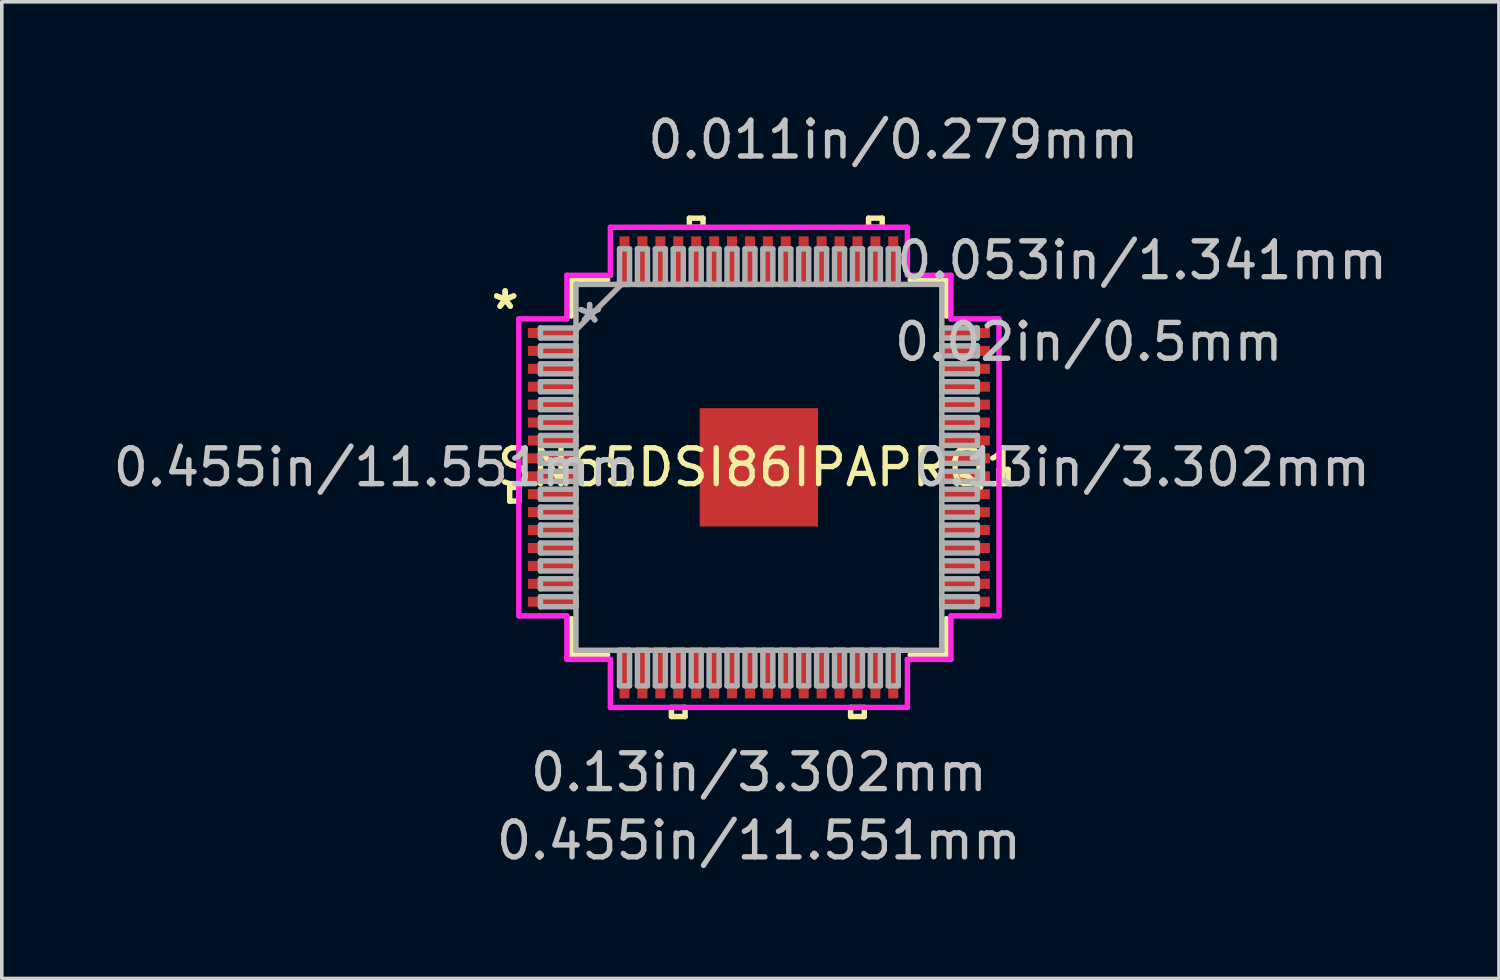
<source format=kicad_pcb>
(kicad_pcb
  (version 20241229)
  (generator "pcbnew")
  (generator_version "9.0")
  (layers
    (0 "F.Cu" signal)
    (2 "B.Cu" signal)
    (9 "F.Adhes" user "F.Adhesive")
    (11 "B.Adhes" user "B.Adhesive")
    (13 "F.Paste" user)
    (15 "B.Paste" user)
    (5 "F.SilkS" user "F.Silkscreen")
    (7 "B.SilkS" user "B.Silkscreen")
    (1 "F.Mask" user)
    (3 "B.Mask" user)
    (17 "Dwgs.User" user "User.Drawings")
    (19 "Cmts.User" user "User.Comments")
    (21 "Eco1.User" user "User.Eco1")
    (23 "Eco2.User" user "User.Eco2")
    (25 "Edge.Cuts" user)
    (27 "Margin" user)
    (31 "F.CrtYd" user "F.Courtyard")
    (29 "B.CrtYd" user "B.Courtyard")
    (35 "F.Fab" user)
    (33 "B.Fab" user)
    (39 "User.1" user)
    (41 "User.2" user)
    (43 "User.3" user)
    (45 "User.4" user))
  (footprint "SN65DSI86IPAPRQ1"
    (layer "F.Cu")
    (at 18.128 9.992)
    (property "Reference" "SN65DSI86IPAPRQ1" (at 0 0 0) (layer "F.SilkS") (effects (font (size 1 1) (thickness 0.15))))
    (attr through_hole)
    (fp_line (start -6.954 0.56) (end -6.954 0.941) (stroke (width 0.152) (type solid)) (layer "F.SilkS"))
    (fp_line (start -6.954 0.941) (end -6.7 0.941) (stroke (width 0.152) (type solid)) (layer "F.SilkS"))
    (fp_line (start -6.7 0.56) (end -6.954 0.56) (stroke (width 0.152) (type solid)) (layer "F.SilkS"))
    (fp_line (start -6.7 0.941) (end -6.7 0.56) (stroke (width 0.152) (type solid)) (layer "F.SilkS"))
    (fp_line (start -5.232 -5.232) (end -5.232 -4.222) (stroke (width 0.152) (type solid)) (layer "F.SilkS"))
    (fp_line (start -5.232 4.222) (end -5.232 5.232) (stroke (width 0.152) (type solid)) (layer "F.SilkS"))
    (fp_line (start -5.232 5.232) (end -4.222 5.232) (stroke (width 0.152) (type solid)) (layer "F.SilkS"))
    (fp_line (start -4.222 -5.232) (end -5.232 -5.232) (stroke (width 0.152) (type solid)) (layer "F.SilkS"))
    (fp_line (start -2.441 6.7) (end -2.441 6.954) (stroke (width 0.152) (type solid)) (layer "F.SilkS"))
    (fp_line (start -2.441 6.954) (end -2.06 6.954) (stroke (width 0.152) (type solid)) (layer "F.SilkS"))
    (fp_line (start -2.06 6.7) (end -2.441 6.7) (stroke (width 0.152) (type solid)) (layer "F.SilkS"))
    (fp_line (start -2.06 6.954) (end -2.06 6.7) (stroke (width 0.152) (type solid)) (layer "F.SilkS"))
    (fp_line (start -1.94 -6.954) (end -1.559 -6.954) (stroke (width 0.152) (type solid)) (layer "F.SilkS"))
    (fp_line (start -1.94 -6.7) (end -1.94 -6.954) (stroke (width 0.152) (type solid)) (layer "F.SilkS"))
    (fp_line (start -1.559 -6.954) (end -1.559 -6.7) (stroke (width 0.152) (type solid)) (layer "F.SilkS"))
    (fp_line (start -1.559 -6.7) (end -1.94 -6.7) (stroke (width 0.152) (type solid)) (layer "F.SilkS"))
    (fp_line (start 2.559 6.7) (end 2.559 6.954) (stroke (width 0.152) (type solid)) (layer "F.SilkS"))
    (fp_line (start 2.559 6.954) (end 2.941 6.954) (stroke (width 0.152) (type solid)) (layer "F.SilkS"))
    (fp_line (start 2.941 6.7) (end 2.559 6.7) (stroke (width 0.152) (type solid)) (layer "F.SilkS"))
    (fp_line (start 2.941 6.954) (end 2.941 6.7) (stroke (width 0.152) (type solid)) (layer "F.SilkS"))
    (fp_line (start 3.06 -6.954) (end 3.441 -6.954) (stroke (width 0.152) (type solid)) (layer "F.SilkS"))
    (fp_line (start 3.06 -6.7) (end 3.06 -6.954) (stroke (width 0.152) (type solid)) (layer "F.SilkS"))
    (fp_line (start 3.441 -6.954) (end 3.441 -6.7) (stroke (width 0.152) (type solid)) (layer "F.SilkS"))
    (fp_line (start 3.441 -6.7) (end 3.06 -6.7) (stroke (width 0.152) (type solid)) (layer "F.SilkS"))
    (fp_line (start 4.222 5.232) (end 5.232 5.232) (stroke (width 0.152) (type solid)) (layer "F.SilkS"))
    (fp_line (start 5.232 -5.232) (end 4.222 -5.232) (stroke (width 0.152) (type solid)) (layer "F.SilkS"))
    (fp_line (start 5.232 -4.222) (end 5.232 -5.232) (stroke (width 0.152) (type solid)) (layer "F.SilkS"))
    (fp_line (start 5.232 5.232) (end 5.232 4.222) (stroke (width 0.152) (type solid)) (layer "F.SilkS"))
    (fp_line (start 6.7 0.059) (end 6.954 0.059) (stroke (width 0.152) (type solid)) (layer "F.SilkS"))
    (fp_line (start 6.7 0.441) (end 6.7 0.059) (stroke (width 0.152) (type solid)) (layer "F.SilkS"))
    (fp_line (start 6.954 0.059) (end 6.954 0.441) (stroke (width 0.152) (type solid)) (layer "F.SilkS"))
    (fp_line (start 6.954 0.441) (end 6.7 0.441) (stroke (width 0.152) (type solid)) (layer "F.SilkS"))
    (fp_line (start -1.551 -1.551) (end -1.551 -0.1) (stroke (width 0.152) (type solid)) (layer "F.Paste"))
    (fp_line (start -1.551 -0.1) (end -0.1 -0.1) (stroke (width 0.152) (type solid)) (layer "F.Paste"))
    (fp_line (start -1.551 0.1) (end -1.551 1.551) (stroke (width 0.152) (type solid)) (layer "F.Paste"))
    (fp_line (start -1.551 1.551) (end -0.1 1.551) (stroke (width 0.152) (type solid)) (layer "F.Paste"))
    (fp_line (start -0.1 -1.551) (end -1.551 -1.551) (stroke (width 0.152) (type solid)) (layer "F.Paste"))
    (fp_line (start -0.1 -0.1) (end -0.1 -1.551) (stroke (width 0.152) (type solid)) (layer "F.Paste"))
    (fp_line (start -0.1 0.1) (end -1.551 0.1) (stroke (width 0.152) (type solid)) (layer "F.Paste"))
    (fp_line (start -0.1 1.551) (end -0.1 0.1) (stroke (width 0.152) (type solid)) (layer "F.Paste"))
    (fp_line (start 0.1 -1.551) (end 0.1 -0.1) (stroke (width 0.152) (type solid)) (layer "F.Paste"))
    (fp_line (start 0.1 -0.1) (end 1.551 -0.1) (stroke (width 0.152) (type solid)) (layer "F.Paste"))
    (fp_line (start 0.1 0.1) (end 0.1 1.551) (stroke (width 0.152) (type solid)) (layer "F.Paste"))
    (fp_line (start 0.1 1.551) (end 1.551 1.551) (stroke (width 0.152) (type solid)) (layer "F.Paste"))
    (fp_line (start 1.551 -1.551) (end 0.1 -1.551) (stroke (width 0.152) (type solid)) (layer "F.Paste"))
    (fp_line (start 1.551 -0.1) (end 1.551 -1.551) (stroke (width 0.152) (type solid)) (layer "F.Paste"))
    (fp_line (start 1.551 0.1) (end 0.1 0.1) (stroke (width 0.152) (type solid)) (layer "F.Paste"))
    (fp_line (start 1.551 1.551) (end 1.551 0.1) (stroke (width 0.152) (type solid)) (layer "F.Paste"))
    (fp_line (start -6.7 -4.144) (end -5.359 -4.144) (stroke (width 0.152) (type solid)) (layer "F.CrtYd"))
    (fp_line (start -6.7 4.144) (end -6.7 -4.144) (stroke (width 0.152) (type solid)) (layer "F.CrtYd"))
    (fp_line (start -5.359 -5.359) (end -4.144 -5.359) (stroke (width 0.152) (type solid)) (layer "F.CrtYd"))
    (fp_line (start -5.359 -4.144) (end -5.359 -5.359) (stroke (width 0.152) (type solid)) (layer "F.CrtYd"))
    (fp_line (start -5.359 4.144) (end -6.7 4.144) (stroke (width 0.152) (type solid)) (layer "F.CrtYd"))
    (fp_line (start -5.359 5.359) (end -5.359 4.144) (stroke (width 0.152) (type solid)) (layer "F.CrtYd"))
    (fp_line (start -4.144 -6.7) (end 4.144 -6.7) (stroke (width 0.152) (type solid)) (layer "F.CrtYd"))
    (fp_line (start -4.144 -5.359) (end -4.144 -6.7) (stroke (width 0.152) (type solid)) (layer "F.CrtYd"))
    (fp_line (start -4.144 5.359) (end -5.359 5.359) (stroke (width 0.152) (type solid)) (layer "F.CrtYd"))
    (fp_line (start -4.144 6.7) (end -4.144 5.359) (stroke (width 0.152) (type solid)) (layer "F.CrtYd"))
    (fp_line (start 4.144 -6.7) (end 4.144 -5.359) (stroke (width 0.152) (type solid)) (layer "F.CrtYd"))
    (fp_line (start 4.144 -5.359) (end 5.359 -5.359) (stroke (width 0.152) (type solid)) (layer "F.CrtYd"))
    (fp_line (start 4.144 5.359) (end 4.144 6.7) (stroke (width 0.152) (type solid)) (layer "F.CrtYd"))
    (fp_line (start 4.144 6.7) (end -4.144 6.7) (stroke (width 0.152) (type solid)) (layer "F.CrtYd"))
    (fp_line (start 5.359 -5.359) (end 5.359 -4.144) (stroke (width 0.152) (type solid)) (layer "F.CrtYd"))
    (fp_line (start 5.359 -4.144) (end 6.7 -4.144) (stroke (width 0.152) (type solid)) (layer "F.CrtYd"))
    (fp_line (start 5.359 4.144) (end 5.359 5.359) (stroke (width 0.152) (type solid)) (layer "F.CrtYd"))
    (fp_line (start 5.359 5.359) (end 4.144 5.359) (stroke (width 0.152) (type solid)) (layer "F.CrtYd"))
    (fp_line (start 6.7 -4.144) (end 6.7 4.144) (stroke (width 0.152) (type solid)) (layer "F.CrtYd"))
    (fp_line (start 6.7 4.144) (end 5.359 4.144) (stroke (width 0.152) (type solid)) (layer "F.CrtYd"))
    (fp_line (start -6.096 -3.89) (end -6.096 -3.61) (stroke (width 0.152) (type solid)) (layer "F.Fab"))
    (fp_line (start -6.096 -3.61) (end -5.105 -3.61) (stroke (width 0.152) (type solid)) (layer "F.Fab"))
    (fp_line (start -6.096 -3.39) (end -6.096 -3.11) (stroke (width 0.152) (type solid)) (layer "F.Fab"))
    (fp_line (start -6.096 -3.11) (end -5.105 -3.11) (stroke (width 0.152) (type solid)) (layer "F.Fab"))
    (fp_line (start -6.096 -2.89) (end -6.096 -2.61) (stroke (width 0.152) (type solid)) (layer "F.Fab"))
    (fp_line (start -6.096 -2.61) (end -5.105 -2.61) (stroke (width 0.152) (type solid)) (layer "F.Fab"))
    (fp_line (start -6.096 -2.39) (end -6.096 -2.11) (stroke (width 0.152) (type solid)) (layer "F.Fab"))
    (fp_line (start -6.096 -2.11) (end -5.105 -2.11) (stroke (width 0.152) (type solid)) (layer "F.Fab"))
    (fp_line (start -6.096 -1.89) (end -6.096 -1.61) (stroke (width 0.152) (type solid)) (layer "F.Fab"))
    (fp_line (start -6.096 -1.61) (end -5.105 -1.61) (stroke (width 0.152) (type solid)) (layer "F.Fab"))
    (fp_line (start -6.096 -1.39) (end -6.096 -1.11) (stroke (width 0.152) (type solid)) (layer "F.Fab"))
    (fp_line (start -6.096 -1.11) (end -5.105 -1.11) (stroke (width 0.152) (type solid)) (layer "F.Fab"))
    (fp_line (start -6.096 -0.89) (end -6.096 -0.61) (stroke (width 0.152) (type solid)) (layer "F.Fab"))
    (fp_line (start -6.096 -0.61) (end -5.105 -0.61) (stroke (width 0.152) (type solid)) (layer "F.Fab"))
    (fp_line (start -6.096 -0.39) (end -6.096 -0.11) (stroke (width 0.152) (type solid)) (layer "F.Fab"))
    (fp_line (start -6.096 -0.11) (end -5.105 -0.11) (stroke (width 0.152) (type solid)) (layer "F.Fab"))
    (fp_line (start -6.096 0.11) (end -6.096 0.39) (stroke (width 0.152) (type solid)) (layer "F.Fab"))
    (fp_line (start -6.096 0.39) (end -5.105 0.39) (stroke (width 0.152) (type solid)) (layer "F.Fab"))
    (fp_line (start -6.096 0.61) (end -6.096 0.89) (stroke (width 0.152) (type solid)) (layer "F.Fab"))
    (fp_line (start -6.096 0.89) (end -5.105 0.89) (stroke (width 0.152) (type solid)) (layer "F.Fab"))
    (fp_line (start -6.096 1.11) (end -6.096 1.39) (stroke (width 0.152) (type solid)) (layer "F.Fab"))
    (fp_line (start -6.096 1.39) (end -5.105 1.39) (stroke (width 0.152) (type solid)) (layer "F.Fab"))
    (fp_line (start -6.096 1.61) (end -6.096 1.89) (stroke (width 0.152) (type solid)) (layer "F.Fab"))
    (fp_line (start -6.096 1.89) (end -5.105 1.89) (stroke (width 0.152) (type solid)) (layer "F.Fab"))
    (fp_line (start -6.096 2.11) (end -6.096 2.39) (stroke (width 0.152) (type solid)) (layer "F.Fab"))
    (fp_line (start -6.096 2.39) (end -5.105 2.39) (stroke (width 0.152) (type solid)) (layer "F.Fab"))
    (fp_line (start -6.096 2.61) (end -6.096 2.89) (stroke (width 0.152) (type solid)) (layer "F.Fab"))
    (fp_line (start -6.096 2.89) (end -5.105 2.89) (stroke (width 0.152) (type solid)) (layer "F.Fab"))
    (fp_line (start -6.096 3.11) (end -6.096 3.39) (stroke (width 0.152) (type solid)) (layer "F.Fab"))
    (fp_line (start -6.096 3.39) (end -5.105 3.39) (stroke (width 0.152) (type solid)) (layer "F.Fab"))
    (fp_line (start -6.096 3.61) (end -6.096 3.89) (stroke (width 0.152) (type solid)) (layer "F.Fab"))
    (fp_line (start -6.096 3.89) (end -5.105 3.89) (stroke (width 0.152) (type solid)) (layer "F.Fab"))
    (fp_line (start -5.105 -5.105) (end -5.105 -5.105) (stroke (width 0.152) (type solid)) (layer "F.Fab"))
    (fp_line (start -5.105 -5.105) (end -5.105 5.105) (stroke (width 0.152) (type solid)) (layer "F.Fab"))
    (fp_line (start -5.105 -3.89) (end -6.096 -3.89) (stroke (width 0.152) (type solid)) (layer "F.Fab"))
    (fp_line (start -5.105 -3.835) (end -3.835 -5.105) (stroke (width 0.152) (type solid)) (layer "F.Fab"))
    (fp_line (start -5.105 -3.61) (end -5.105 -3.89) (stroke (width 0.152) (type solid)) (layer "F.Fab"))
    (fp_line (start -5.105 -3.39) (end -6.096 -3.39) (stroke (width 0.152) (type solid)) (layer "F.Fab"))
    (fp_line (start -5.105 -3.11) (end -5.105 -3.39) (stroke (width 0.152) (type solid)) (layer "F.Fab"))
    (fp_line (start -5.105 -2.89) (end -6.096 -2.89) (stroke (width 0.152) (type solid)) (layer "F.Fab"))
    (fp_line (start -5.105 -2.61) (end -5.105 -2.89) (stroke (width 0.152) (type solid)) (layer "F.Fab"))
    (fp_line (start -5.105 -2.39) (end -6.096 -2.39) (stroke (width 0.152) (type solid)) (layer "F.Fab"))
    (fp_line (start -5.105 -2.11) (end -5.105 -2.39) (stroke (width 0.152) (type solid)) (layer "F.Fab"))
    (fp_line (start -5.105 -1.89) (end -6.096 -1.89) (stroke (width 0.152) (type solid)) (layer "F.Fab"))
    (fp_line (start -5.105 -1.61) (end -5.105 -1.89) (stroke (width 0.152) (type solid)) (layer "F.Fab"))
    (fp_line (start -5.105 -1.39) (end -6.096 -1.39) (stroke (width 0.152) (type solid)) (layer "F.Fab"))
    (fp_line (start -5.105 -1.11) (end -5.105 -1.39) (stroke (width 0.152) (type solid)) (layer "F.Fab"))
    (fp_line (start -5.105 -0.89) (end -6.096 -0.89) (stroke (width 0.152) (type solid)) (layer "F.Fab"))
    (fp_line (start -5.105 -0.61) (end -5.105 -0.89) (stroke (width 0.152) (type solid)) (layer "F.Fab"))
    (fp_line (start -5.105 -0.39) (end -6.096 -0.39) (stroke (width 0.152) (type solid)) (layer "F.Fab"))
    (fp_line (start -5.105 -0.11) (end -5.105 -0.39) (stroke (width 0.152) (type solid)) (layer "F.Fab"))
    (fp_line (start -5.105 0.11) (end -6.096 0.11) (stroke (width 0.152) (type solid)) (layer "F.Fab"))
    (fp_line (start -5.105 0.39) (end -5.105 0.11) (stroke (width 0.152) (type solid)) (layer "F.Fab"))
    (fp_line (start -5.105 0.61) (end -6.096 0.61) (stroke (width 0.152) (type solid)) (layer "F.Fab"))
    (fp_line (start -5.105 0.89) (end -5.105 0.61) (stroke (width 0.152) (type solid)) (layer "F.Fab"))
    (fp_line (start -5.105 1.11) (end -6.096 1.11) (stroke (width 0.152) (type solid)) (layer "F.Fab"))
    (fp_line (start -5.105 1.39) (end -5.105 1.11) (stroke (width 0.152) (type solid)) (layer "F.Fab"))
    (fp_line (start -5.105 1.61) (end -6.096 1.61) (stroke (width 0.152) (type solid)) (layer "F.Fab"))
    (fp_line (start -5.105 1.89) (end -5.105 1.61) (stroke (width 0.152) (type solid)) (layer "F.Fab"))
    (fp_line (start -5.105 2.11) (end -6.096 2.11) (stroke (width 0.152) (type solid)) (layer "F.Fab"))
    (fp_line (start -5.105 2.39) (end -5.105 2.11) (stroke (width 0.152) (type solid)) (layer "F.Fab"))
    (fp_line (start -5.105 2.61) (end -6.096 2.61) (stroke (width 0.152) (type solid)) (layer "F.Fab"))
    (fp_line (start -5.105 2.89) (end -5.105 2.61) (stroke (width 0.152) (type solid)) (layer "F.Fab"))
    (fp_line (start -5.105 3.11) (end -6.096 3.11) (stroke (width 0.152) (type solid)) (layer "F.Fab"))
    (fp_line (start -5.105 3.39) (end -5.105 3.11) (stroke (width 0.152) (type solid)) (layer "F.Fab"))
    (fp_line (start -5.105 3.61) (end -6.096 3.61) (stroke (width 0.152) (type solid)) (layer "F.Fab"))
    (fp_line (start -5.105 3.89) (end -5.105 3.61) (stroke (width 0.152) (type solid)) (layer "F.Fab"))
    (fp_line (start -5.105 5.105) (end -5.105 5.105) (stroke (width 0.152) (type solid)) (layer "F.Fab"))
    (fp_line (start -5.105 5.105) (end 5.105 5.105) (stroke (width 0.152) (type solid)) (layer "F.Fab"))
    (fp_line (start -3.89 -6.096) (end -3.89 -5.105) (stroke (width 0.152) (type solid)) (layer "F.Fab"))
    (fp_line (start -3.89 -5.105) (end -3.61 -5.105) (stroke (width 0.152) (type solid)) (layer "F.Fab"))
    (fp_line (start -3.89 5.105) (end -3.89 6.096) (stroke (width 0.152) (type solid)) (layer "F.Fab"))
    (fp_line (start -3.89 6.096) (end -3.61 6.096) (stroke (width 0.152) (type solid)) (layer "F.Fab"))
    (fp_line (start -3.61 -6.096) (end -3.89 -6.096) (stroke (width 0.152) (type solid)) (layer "F.Fab"))
    (fp_line (start -3.61 -5.105) (end -3.61 -6.096) (stroke (width 0.152) (type solid)) (layer "F.Fab"))
    (fp_line (start -3.61 5.105) (end -3.89 5.105) (stroke (width 0.152) (type solid)) (layer "F.Fab"))
    (fp_line (start -3.61 6.096) (end -3.61 5.105) (stroke (width 0.152) (type solid)) (layer "F.Fab"))
    (fp_line (start -3.39 -6.096) (end -3.39 -5.105) (stroke (width 0.152) (type solid)) (layer "F.Fab"))
    (fp_line (start -3.39 -5.105) (end -3.11 -5.105) (stroke (width 0.152) (type solid)) (layer "F.Fab"))
    (fp_line (start -3.39 5.105) (end -3.39 6.096) (stroke (width 0.152) (type solid)) (layer "F.Fab"))
    (fp_line (start -3.39 6.096) (end -3.11 6.096) (stroke (width 0.152) (type solid)) (layer "F.Fab"))
    (fp_line (start -3.11 -6.096) (end -3.39 -6.096) (stroke (width 0.152) (type solid)) (layer "F.Fab"))
    (fp_line (start -3.11 -5.105) (end -3.11 -6.096) (stroke (width 0.152) (type solid)) (layer "F.Fab"))
    (fp_line (start -3.11 5.105) (end -3.39 5.105) (stroke (width 0.152) (type solid)) (layer "F.Fab"))
    (fp_line (start -3.11 6.096) (end -3.11 5.105) (stroke (width 0.152) (type solid)) (layer "F.Fab"))
    (fp_line (start -2.89 -6.096) (end -2.89 -5.105) (stroke (width 0.152) (type solid)) (layer "F.Fab"))
    (fp_line (start -2.89 -5.105) (end -2.61 -5.105) (stroke (width 0.152) (type solid)) (layer "F.Fab"))
    (fp_line (start -2.89 5.105) (end -2.89 6.096) (stroke (width 0.152) (type solid)) (layer "F.Fab"))
    (fp_line (start -2.89 6.096) (end -2.61 6.096) (stroke (width 0.152) (type solid)) (layer "F.Fab"))
    (fp_line (start -2.61 -6.096) (end -2.89 -6.096) (stroke (width 0.152) (type solid)) (layer "F.Fab"))
    (fp_line (start -2.61 -5.105) (end -2.61 -6.096) (stroke (width 0.152) (type solid)) (layer "F.Fab"))
    (fp_line (start -2.61 5.105) (end -2.89 5.105) (stroke (width 0.152) (type solid)) (layer "F.Fab"))
    (fp_line (start -2.61 6.096) (end -2.61 5.105) (stroke (width 0.152) (type solid)) (layer "F.Fab"))
    (fp_line (start -2.39 -6.096) (end -2.39 -5.105) (stroke (width 0.152) (type solid)) (layer "F.Fab"))
    (fp_line (start -2.39 -5.105) (end -2.11 -5.105) (stroke (width 0.152) (type solid)) (layer "F.Fab"))
    (fp_line (start -2.39 5.105) (end -2.39 6.096) (stroke (width 0.152) (type solid)) (layer "F.Fab"))
    (fp_line (start -2.39 6.096) (end -2.11 6.096) (stroke (width 0.152) (type solid)) (layer "F.Fab"))
    (fp_line (start -2.11 -6.096) (end -2.39 -6.096) (stroke (width 0.152) (type solid)) (layer "F.Fab"))
    (fp_line (start -2.11 -5.105) (end -2.11 -6.096) (stroke (width 0.152) (type solid)) (layer "F.Fab"))
    (fp_line (start -2.11 5.105) (end -2.39 5.105) (stroke (width 0.152) (type solid)) (layer "F.Fab"))
    (fp_line (start -2.11 6.096) (end -2.11 5.105) (stroke (width 0.152) (type solid)) (layer "F.Fab"))
    (fp_line (start -1.89 -6.096) (end -1.89 -5.105) (stroke (width 0.152) (type solid)) (layer "F.Fab"))
    (fp_line (start -1.89 -5.105) (end -1.61 -5.105) (stroke (width 0.152) (type solid)) (layer "F.Fab"))
    (fp_line (start -1.89 5.105) (end -1.89 6.096) (stroke (width 0.152) (type solid)) (layer "F.Fab"))
    (fp_line (start -1.89 6.096) (end -1.61 6.096) (stroke (width 0.152) (type solid)) (layer "F.Fab"))
    (fp_line (start -1.61 -6.096) (end -1.89 -6.096) (stroke (width 0.152) (type solid)) (layer "F.Fab"))
    (fp_line (start -1.61 -5.105) (end -1.61 -6.096) (stroke (width 0.152) (type solid)) (layer "F.Fab"))
    (fp_line (start -1.61 5.105) (end -1.89 5.105) (stroke (width 0.152) (type solid)) (layer "F.Fab"))
    (fp_line (start -1.61 6.096) (end -1.61 5.105) (stroke (width 0.152) (type solid)) (layer "F.Fab"))
    (fp_line (start -1.39 -6.096) (end -1.39 -5.105) (stroke (width 0.152) (type solid)) (layer "F.Fab"))
    (fp_line (start -1.39 -5.105) (end -1.11 -5.105) (stroke (width 0.152) (type solid)) (layer "F.Fab"))
    (fp_line (start -1.39 5.105) (end -1.39 6.096) (stroke (width 0.152) (type solid)) (layer "F.Fab"))
    (fp_line (start -1.39 6.096) (end -1.11 6.096) (stroke (width 0.152) (type solid)) (layer "F.Fab"))
    (fp_line (start -1.11 -6.096) (end -1.39 -6.096) (stroke (width 0.152) (type solid)) (layer "F.Fab"))
    (fp_line (start -1.11 -5.105) (end -1.11 -6.096) (stroke (width 0.152) (type solid)) (layer "F.Fab"))
    (fp_line (start -1.11 5.105) (end -1.39 5.105) (stroke (width 0.152) (type solid)) (layer "F.Fab"))
    (fp_line (start -1.11 6.096) (end -1.11 5.105) (stroke (width 0.152) (type solid)) (layer "F.Fab"))
    (fp_line (start -0.89 -6.096) (end -0.89 -5.105) (stroke (width 0.152) (type solid)) (layer "F.Fab"))
    (fp_line (start -0.89 -5.105) (end -0.61 -5.105) (stroke (width 0.152) (type solid)) (layer "F.Fab"))
    (fp_line (start -0.89 5.105) (end -0.89 6.096) (stroke (width 0.152) (type solid)) (layer "F.Fab"))
    (fp_line (start -0.89 6.096) (end -0.61 6.096) (stroke (width 0.152) (type solid)) (layer "F.Fab"))
    (fp_line (start -0.61 -6.096) (end -0.89 -6.096) (stroke (width 0.152) (type solid)) (layer "F.Fab"))
    (fp_line (start -0.61 -5.105) (end -0.61 -6.096) (stroke (width 0.152) (type solid)) (layer "F.Fab"))
    (fp_line (start -0.61 5.105) (end -0.89 5.105) (stroke (width 0.152) (type solid)) (layer "F.Fab"))
    (fp_line (start -0.61 6.096) (end -0.61 5.105) (stroke (width 0.152) (type solid)) (layer "F.Fab"))
    (fp_line (start -0.39 -6.096) (end -0.39 -5.105) (stroke (width 0.152) (type solid)) (layer "F.Fab"))
    (fp_line (start -0.39 -5.105) (end -0.11 -5.105) (stroke (width 0.152) (type solid)) (layer "F.Fab"))
    (fp_line (start -0.39 5.105) (end -0.39 6.096) (stroke (width 0.152) (type solid)) (layer "F.Fab"))
    (fp_line (start -0.39 6.096) (end -0.11 6.096) (stroke (width 0.152) (type solid)) (layer "F.Fab"))
    (fp_line (start -0.11 -6.096) (end -0.39 -6.096) (stroke (width 0.152) (type solid)) (layer "F.Fab"))
    (fp_line (start -0.11 -5.105) (end -0.11 -6.096) (stroke (width 0.152) (type solid)) (layer "F.Fab"))
    (fp_line (start -0.11 5.105) (end -0.39 5.105) (stroke (width 0.152) (type solid)) (layer "F.Fab"))
    (fp_line (start -0.11 6.096) (end -0.11 5.105) (stroke (width 0.152) (type solid)) (layer "F.Fab"))
    (fp_line (start 0.11 -6.096) (end 0.11 -5.105) (stroke (width 0.152) (type solid)) (layer "F.Fab"))
    (fp_line (start 0.11 -5.105) (end 0.39 -5.105) (stroke (width 0.152) (type solid)) (layer "F.Fab"))
    (fp_line (start 0.11 5.105) (end 0.11 6.096) (stroke (width 0.152) (type solid)) (layer "F.Fab"))
    (fp_line (start 0.11 6.096) (end 0.39 6.096) (stroke (width 0.152) (type solid)) (layer "F.Fab"))
    (fp_line (start 0.39 -6.096) (end 0.11 -6.096) (stroke (width 0.152) (type solid)) (layer "F.Fab"))
    (fp_line (start 0.39 -5.105) (end 0.39 -6.096) (stroke (width 0.152) (type solid)) (layer "F.Fab"))
    (fp_line (start 0.39 5.105) (end 0.11 5.105) (stroke (width 0.152) (type solid)) (layer "F.Fab"))
    (fp_line (start 0.39 6.096) (end 0.39 5.105) (stroke (width 0.152) (type solid)) (layer "F.Fab"))
    (fp_line (start 0.61 -6.096) (end 0.61 -5.105) (stroke (width 0.152) (type solid)) (layer "F.Fab"))
    (fp_line (start 0.61 -5.105) (end 0.89 -5.105) (stroke (width 0.152) (type solid)) (layer "F.Fab"))
    (fp_line (start 0.61 5.105) (end 0.61 6.096) (stroke (width 0.152) (type solid)) (layer "F.Fab"))
    (fp_line (start 0.61 6.096) (end 0.89 6.096) (stroke (width 0.152) (type solid)) (layer "F.Fab"))
    (fp_line (start 0.89 -6.096) (end 0.61 -6.096) (stroke (width 0.152) (type solid)) (layer "F.Fab"))
    (fp_line (start 0.89 -5.105) (end 0.89 -6.096) (stroke (width 0.152) (type solid)) (layer "F.Fab"))
    (fp_line (start 0.89 5.105) (end 0.61 5.105) (stroke (width 0.152) (type solid)) (layer "F.Fab"))
    (fp_line (start 0.89 6.096) (end 0.89 5.105) (stroke (width 0.152) (type solid)) (layer "F.Fab"))
    (fp_line (start 1.11 -6.096) (end 1.11 -5.105) (stroke (width 0.152) (type solid)) (layer "F.Fab"))
    (fp_line (start 1.11 -5.105) (end 1.39 -5.105) (stroke (width 0.152) (type solid)) (layer "F.Fab"))
    (fp_line (start 1.11 5.105) (end 1.11 6.096) (stroke (width 0.152) (type solid)) (layer "F.Fab"))
    (fp_line (start 1.11 6.096) (end 1.39 6.096) (stroke (width 0.152) (type solid)) (layer "F.Fab"))
    (fp_line (start 1.39 -6.096) (end 1.11 -6.096) (stroke (width 0.152) (type solid)) (layer "F.Fab"))
    (fp_line (start 1.39 -5.105) (end 1.39 -6.096) (stroke (width 0.152) (type solid)) (layer "F.Fab"))
    (fp_line (start 1.39 5.105) (end 1.11 5.105) (stroke (width 0.152) (type solid)) (layer "F.Fab"))
    (fp_line (start 1.39 6.096) (end 1.39 5.105) (stroke (width 0.152) (type solid)) (layer "F.Fab"))
    (fp_line (start 1.61 -6.096) (end 1.61 -5.105) (stroke (width 0.152) (type solid)) (layer "F.Fab"))
    (fp_line (start 1.61 -5.105) (end 1.89 -5.105) (stroke (width 0.152) (type solid)) (layer "F.Fab"))
    (fp_line (start 1.61 5.105) (end 1.61 6.096) (stroke (width 0.152) (type solid)) (layer "F.Fab"))
    (fp_line (start 1.61 6.096) (end 1.89 6.096) (stroke (width 0.152) (type solid)) (layer "F.Fab"))
    (fp_line (start 1.89 -6.096) (end 1.61 -6.096) (stroke (width 0.152) (type solid)) (layer "F.Fab"))
    (fp_line (start 1.89 -5.105) (end 1.89 -6.096) (stroke (width 0.152) (type solid)) (layer "F.Fab"))
    (fp_line (start 1.89 5.105) (end 1.61 5.105) (stroke (width 0.152) (type solid)) (layer "F.Fab"))
    (fp_line (start 1.89 6.096) (end 1.89 5.105) (stroke (width 0.152) (type solid)) (layer "F.Fab"))
    (fp_line (start 2.11 -6.096) (end 2.11 -5.105) (stroke (width 0.152) (type solid)) (layer "F.Fab"))
    (fp_line (start 2.11 -5.105) (end 2.39 -5.105) (stroke (width 0.152) (type solid)) (layer "F.Fab"))
    (fp_line (start 2.11 5.105) (end 2.11 6.096) (stroke (width 0.152) (type solid)) (layer "F.Fab"))
    (fp_line (start 2.11 6.096) (end 2.39 6.096) (stroke (width 0.152) (type solid)) (layer "F.Fab"))
    (fp_line (start 2.39 -6.096) (end 2.11 -6.096) (stroke (width 0.152) (type solid)) (layer "F.Fab"))
    (fp_line (start 2.39 -5.105) (end 2.39 -6.096) (stroke (width 0.152) (type solid)) (layer "F.Fab"))
    (fp_line (start 2.39 5.105) (end 2.11 5.105) (stroke (width 0.152) (type solid)) (layer "F.Fab"))
    (fp_line (start 2.39 6.096) (end 2.39 5.105) (stroke (width 0.152) (type solid)) (layer "F.Fab"))
    (fp_line (start 2.61 -6.096) (end 2.61 -5.105) (stroke (width 0.152) (type solid)) (layer "F.Fab"))
    (fp_line (start 2.61 -5.105) (end 2.89 -5.105) (stroke (width 0.152) (type solid)) (layer "F.Fab"))
    (fp_line (start 2.61 5.105) (end 2.61 6.096) (stroke (width 0.152) (type solid)) (layer "F.Fab"))
    (fp_line (start 2.61 6.096) (end 2.89 6.096) (stroke (width 0.152) (type solid)) (layer "F.Fab"))
    (fp_line (start 2.89 -6.096) (end 2.61 -6.096) (stroke (width 0.152) (type solid)) (layer "F.Fab"))
    (fp_line (start 2.89 -5.105) (end 2.89 -6.096) (stroke (width 0.152) (type solid)) (layer "F.Fab"))
    (fp_line (start 2.89 5.105) (end 2.61 5.105) (stroke (width 0.152) (type solid)) (layer "F.Fab"))
    (fp_line (start 2.89 6.096) (end 2.89 5.105) (stroke (width 0.152) (type solid)) (layer "F.Fab"))
    (fp_line (start 3.11 -6.096) (end 3.11 -5.105) (stroke (width 0.152) (type solid)) (layer "F.Fab"))
    (fp_line (start 3.11 -5.105) (end 3.39 -5.105) (stroke (width 0.152) (type solid)) (layer "F.Fab"))
    (fp_line (start 3.11 5.105) (end 3.11 6.096) (stroke (width 0.152) (type solid)) (layer "F.Fab"))
    (fp_line (start 3.11 6.096) (end 3.39 6.096) (stroke (width 0.152) (type solid)) (layer "F.Fab"))
    (fp_line (start 3.39 -6.096) (end 3.11 -6.096) (stroke (width 0.152) (type solid)) (layer "F.Fab"))
    (fp_line (start 3.39 -5.105) (end 3.39 -6.096) (stroke (width 0.152) (type solid)) (layer "F.Fab"))
    (fp_line (start 3.39 5.105) (end 3.11 5.105) (stroke (width 0.152) (type solid)) (layer "F.Fab"))
    (fp_line (start 3.39 6.096) (end 3.39 5.105) (stroke (width 0.152) (type solid)) (layer "F.Fab"))
    (fp_line (start 3.61 -6.096) (end 3.61 -5.105) (stroke (width 0.152) (type solid)) (layer "F.Fab"))
    (fp_line (start 3.61 -5.105) (end 3.89 -5.105) (stroke (width 0.152) (type solid)) (layer "F.Fab"))
    (fp_line (start 3.61 5.105) (end 3.61 6.096) (stroke (width 0.152) (type solid)) (layer "F.Fab"))
    (fp_line (start 3.61 6.096) (end 3.89 6.096) (stroke (width 0.152) (type solid)) (layer "F.Fab"))
    (fp_line (start 3.89 -6.096) (end 3.61 -6.096) (stroke (width 0.152) (type solid)) (layer "F.Fab"))
    (fp_line (start 3.89 -5.105) (end 3.89 -6.096) (stroke (width 0.152) (type solid)) (layer "F.Fab"))
    (fp_line (start 3.89 5.105) (end 3.61 5.105) (stroke (width 0.152) (type solid)) (layer "F.Fab"))
    (fp_line (start 3.89 6.096) (end 3.89 5.105) (stroke (width 0.152) (type solid)) (layer "F.Fab"))
    (fp_line (start 5.105 -5.105) (end -5.105 -5.105) (stroke (width 0.152) (type solid)) (layer "F.Fab"))
    (fp_line (start 5.105 -5.105) (end 5.105 -5.105) (stroke (width 0.152) (type solid)) (layer "F.Fab"))
    (fp_line (start 5.105 -3.89) (end 5.105 -3.61) (stroke (width 0.152) (type solid)) (layer "F.Fab"))
    (fp_line (start 5.105 -3.61) (end 6.096 -3.61) (stroke (width 0.152) (type solid)) (layer "F.Fab"))
    (fp_line (start 5.105 -3.39) (end 5.105 -3.11) (stroke (width 0.152) (type solid)) (layer "F.Fab"))
    (fp_line (start 5.105 -3.11) (end 6.096 -3.11) (stroke (width 0.152) (type solid)) (layer "F.Fab"))
    (fp_line (start 5.105 -2.89) (end 5.105 -2.61) (stroke (width 0.152) (type solid)) (layer "F.Fab"))
    (fp_line (start 5.105 -2.61) (end 6.096 -2.61) (stroke (width 0.152) (type solid)) (layer "F.Fab"))
    (fp_line (start 5.105 -2.39) (end 5.105 -2.11) (stroke (width 0.152) (type solid)) (layer "F.Fab"))
    (fp_line (start 5.105 -2.11) (end 6.096 -2.11) (stroke (width 0.152) (type solid)) (layer "F.Fab"))
    (fp_line (start 5.105 -1.89) (end 5.105 -1.61) (stroke (width 0.152) (type solid)) (layer "F.Fab"))
    (fp_line (start 5.105 -1.61) (end 6.096 -1.61) (stroke (width 0.152) (type solid)) (layer "F.Fab"))
    (fp_line (start 5.105 -1.39) (end 5.105 -1.11) (stroke (width 0.152) (type solid)) (layer "F.Fab"))
    (fp_line (start 5.105 -1.11) (end 6.096 -1.11) (stroke (width 0.152) (type solid)) (layer "F.Fab"))
    (fp_line (start 5.105 -0.89) (end 5.105 -0.61) (stroke (width 0.152) (type solid)) (layer "F.Fab"))
    (fp_line (start 5.105 -0.61) (end 6.096 -0.61) (stroke (width 0.152) (type solid)) (layer "F.Fab"))
    (fp_line (start 5.105 -0.39) (end 5.105 -0.11) (stroke (width 0.152) (type solid)) (layer "F.Fab"))
    (fp_line (start 5.105 -0.11) (end 6.096 -0.11) (stroke (width 0.152) (type solid)) (layer "F.Fab"))
    (fp_line (start 5.105 0.11) (end 5.105 0.39) (stroke (width 0.152) (type solid)) (layer "F.Fab"))
    (fp_line (start 5.105 0.39) (end 6.096 0.39) (stroke (width 0.152) (type solid)) (layer "F.Fab"))
    (fp_line (start 5.105 0.61) (end 5.105 0.89) (stroke (width 0.152) (type solid)) (layer "F.Fab"))
    (fp_line (start 5.105 0.89) (end 6.096 0.89) (stroke (width 0.152) (type solid)) (layer "F.Fab"))
    (fp_line (start 5.105 1.11) (end 5.105 1.39) (stroke (width 0.152) (type solid)) (layer "F.Fab"))
    (fp_line (start 5.105 1.39) (end 6.096 1.39) (stroke (width 0.152) (type solid)) (layer "F.Fab"))
    (fp_line (start 5.105 1.61) (end 5.105 1.89) (stroke (width 0.152) (type solid)) (layer "F.Fab"))
    (fp_line (start 5.105 1.89) (end 6.096 1.89) (stroke (width 0.152) (type solid)) (layer "F.Fab"))
    (fp_line (start 5.105 2.11) (end 5.105 2.39) (stroke (width 0.152) (type solid)) (layer "F.Fab"))
    (fp_line (start 5.105 2.39) (end 6.096 2.39) (stroke (width 0.152) (type solid)) (layer "F.Fab"))
    (fp_line (start 5.105 2.61) (end 5.105 2.89) (stroke (width 0.152) (type solid)) (layer "F.Fab"))
    (fp_line (start 5.105 2.89) (end 6.096 2.89) (stroke (width 0.152) (type solid)) (layer "F.Fab"))
    (fp_line (start 5.105 3.11) (end 5.105 3.39) (stroke (width 0.152) (type solid)) (layer "F.Fab"))
    (fp_line (start 5.105 3.39) (end 6.096 3.39) (stroke (width 0.152) (type solid)) (layer "F.Fab"))
    (fp_line (start 5.105 3.61) (end 5.105 3.89) (stroke (width 0.152) (type solid)) (layer "F.Fab"))
    (fp_line (start 5.105 3.89) (end 6.096 3.89) (stroke (width 0.152) (type solid)) (layer "F.Fab"))
    (fp_line (start 5.105 5.105) (end 5.105 -5.105) (stroke (width 0.152) (type solid)) (layer "F.Fab"))
    (fp_line (start 5.105 5.105) (end 5.105 5.105) (stroke (width 0.152) (type solid)) (layer "F.Fab"))
    (fp_line (start 6.096 -3.89) (end 5.105 -3.89) (stroke (width 0.152) (type solid)) (layer "F.Fab"))
    (fp_line (start 6.096 -3.61) (end 6.096 -3.89) (stroke (width 0.152) (type solid)) (layer "F.Fab"))
    (fp_line (start 6.096 -3.39) (end 5.105 -3.39) (stroke (width 0.152) (type solid)) (layer "F.Fab"))
    (fp_line (start 6.096 -3.11) (end 6.096 -3.39) (stroke (width 0.152) (type solid)) (layer "F.Fab"))
    (fp_line (start 6.096 -2.89) (end 5.105 -2.89) (stroke (width 0.152) (type solid)) (layer "F.Fab"))
    (fp_line (start 6.096 -2.61) (end 6.096 -2.89) (stroke (width 0.152) (type solid)) (layer "F.Fab"))
    (fp_line (start 6.096 -2.39) (end 5.105 -2.39) (stroke (width 0.152) (type solid)) (layer "F.Fab"))
    (fp_line (start 6.096 -2.11) (end 6.096 -2.39) (stroke (width 0.152) (type solid)) (layer "F.Fab"))
    (fp_line (start 6.096 -1.89) (end 5.105 -1.89) (stroke (width 0.152) (type solid)) (layer "F.Fab"))
    (fp_line (start 6.096 -1.61) (end 6.096 -1.89) (stroke (width 0.152) (type solid)) (layer "F.Fab"))
    (fp_line (start 6.096 -1.39) (end 5.105 -1.39) (stroke (width 0.152) (type solid)) (layer "F.Fab"))
    (fp_line (start 6.096 -1.11) (end 6.096 -1.39) (stroke (width 0.152) (type solid)) (layer "F.Fab"))
    (fp_line (start 6.096 -0.89) (end 5.105 -0.89) (stroke (width 0.152) (type solid)) (layer "F.Fab"))
    (fp_line (start 6.096 -0.61) (end 6.096 -0.89) (stroke (width 0.152) (type solid)) (layer "F.Fab"))
    (fp_line (start 6.096 -0.39) (end 5.105 -0.39) (stroke (width 0.152) (type solid)) (layer "F.Fab"))
    (fp_line (start 6.096 -0.11) (end 6.096 -0.39) (stroke (width 0.152) (type solid)) (layer "F.Fab"))
    (fp_line (start 6.096 0.11) (end 5.105 0.11) (stroke (width 0.152) (type solid)) (layer "F.Fab"))
    (fp_line (start 6.096 0.39) (end 6.096 0.11) (stroke (width 0.152) (type solid)) (layer "F.Fab"))
    (fp_line (start 6.096 0.61) (end 5.105 0.61) (stroke (width 0.152) (type solid)) (layer "F.Fab"))
    (fp_line (start 6.096 0.89) (end 6.096 0.61) (stroke (width 0.152) (type solid)) (layer "F.Fab"))
    (fp_line (start 6.096 1.11) (end 5.105 1.11) (stroke (width 0.152) (type solid)) (layer "F.Fab"))
    (fp_line (start 6.096 1.39) (end 6.096 1.11) (stroke (width 0.152) (type solid)) (layer "F.Fab"))
    (fp_line (start 6.096 1.61) (end 5.105 1.61) (stroke (width 0.152) (type solid)) (layer "F.Fab"))
    (fp_line (start 6.096 1.89) (end 6.096 1.61) (stroke (width 0.152) (type solid)) (layer "F.Fab"))
    (fp_line (start 6.096 2.11) (end 5.105 2.11) (stroke (width 0.152) (type solid)) (layer "F.Fab"))
    (fp_line (start 6.096 2.39) (end 6.096 2.11) (stroke (width 0.152) (type solid)) (layer "F.Fab"))
    (fp_line (start 6.096 2.61) (end 5.105 2.61) (stroke (width 0.152) (type solid)) (layer "F.Fab"))
    (fp_line (start 6.096 2.89) (end 6.096 2.61) (stroke (width 0.152) (type solid)) (layer "F.Fab"))
    (fp_line (start 6.096 3.11) (end 5.105 3.11) (stroke (width 0.152) (type solid)) (layer "F.Fab"))
    (fp_line (start 6.096 3.39) (end 6.096 3.11) (stroke (width 0.152) (type solid)) (layer "F.Fab"))
    (fp_line (start 6.096 3.61) (end 5.105 3.61) (stroke (width 0.152) (type solid)) (layer "F.Fab"))
    (fp_line (start 6.096 3.89) (end 6.096 3.61) (stroke (width 0.152) (type solid)) (layer "F.Fab"))
    (fp_text user "*" (at -7.081 -4.381 0) (layer "F.SilkS") (effects (font (size 1 1) (thickness 0.15))))
    (fp_text user "*" (at -7.081 -4.381 0) (layer "F.SilkS") (effects (font (size 1 1) (thickness 0.15))))
    (fp_text user "0.13in/3.302mm" (at 10.693 0 0) (layer "Dwgs.User") (effects (font (size 1 1) (thickness 0.15))))
    (fp_text user "0.053in/1.341mm" (at 10.693 -5.776 0) (layer "Dwgs.User") (effects (font (size 1 1) (thickness 0.15))))
    (fp_text user "0.011in/0.279mm" (at 3.75 -9.144 0) (layer "Dwgs.User") (effects (font (size 1 1) (thickness 0.15))))
    (fp_text user "0.02in/0.5mm" (at 9.205 -3.5 0) (layer "Dwgs.User") (effects (font (size 1 1) (thickness 0.15))))
    (fp_text user "0.13in/3.302mm" (at 0 8.509 0) (layer "Dwgs.User") (effects (font (size 1 1) (thickness 0.15))))
    (fp_text user "0.455in/11.551mm" (at -10.693 0 0) (layer "Dwgs.User") (effects (font (size 1 1) (thickness 0.15))))
    (fp_text user "0.455in/11.551mm" (at 0 10.414 0) (layer "Dwgs.User") (effects (font (size 1 1) (thickness 0.15))))
    (fp_text user "Copyright 2016 Accelerated Designs. All rights reserved." (at 0 0 0) (layer "Cmts.User") (effects (font (size 0.127 0.127) (thickness 0.002))))
    (fp_text user "*" (at -4.724 -4 0) (layer "F.Fab") (effects (font (size 1 1) (thickness 0.15))))
    (fp_text user "*" (at -4.724 -4 0) (layer "F.Fab") (effects (font (size 1 1) (thickness 0.15))))
    (pad "1" smd rect (at -5.776 -3.75 90) (size 0.279 1.341) (layers "F.Cu" "F.Mask" "F.Paste"))
    (pad "2" smd rect (at -5.776 -3.25 90) (size 0.279 1.341) (layers "F.Cu" "F.Mask" "F.Paste"))
    (pad "3" smd rect (at -5.776 -2.75 90) (size 0.279 1.341) (layers "F.Cu" "F.Mask" "F.Paste"))
    (pad "4" smd rect (at -5.776 -2.25 90) (size 0.279 1.341) (layers "F.Cu" "F.Mask" "F.Paste"))
    (pad "5" smd rect (at -5.776 -1.75 90) (size 0.279 1.341) (layers "F.Cu" "F.Mask" "F.Paste"))
    (pad "6" smd rect (at -5.776 -1.25 90) (size 0.279 1.341) (layers "F.Cu" "F.Mask" "F.Paste"))
    (pad "7" smd rect (at -5.776 -0.75 90) (size 0.279 1.341) (layers "F.Cu" "F.Mask" "F.Paste"))
    (pad "8" smd rect (at -5.776 -0.25 90) (size 0.279 1.341) (layers "F.Cu" "F.Mask" "F.Paste"))
    (pad "9" smd rect (at -5.776 0.25 90) (size 0.279 1.341) (layers "F.Cu" "F.Mask" "F.Paste"))
    (pad "10" smd rect (at -5.776 0.75 90) (size 0.279 1.341) (layers "F.Cu" "F.Mask" "F.Paste"))
    (pad "11" smd rect (at -5.776 1.25 90) (size 0.279 1.341) (layers "F.Cu" "F.Mask" "F.Paste"))
    (pad "12" smd rect (at -5.776 1.75 90) (size 0.279 1.341) (layers "F.Cu" "F.Mask" "F.Paste"))
    (pad "13" smd rect (at -5.776 2.25 90) (size 0.279 1.341) (layers "F.Cu" "F.Mask" "F.Paste"))
    (pad "14" smd rect (at -5.776 2.75 90) (size 0.279 1.341) (layers "F.Cu" "F.Mask" "F.Paste"))
    (pad "15" smd rect (at -5.776 3.25 90) (size 0.279 1.341) (layers "F.Cu" "F.Mask" "F.Paste"))
    (pad "16" smd rect (at -5.776 3.75 90) (size 0.279 1.341) (layers "F.Cu" "F.Mask" "F.Paste"))
    (pad "17" smd rect (at -3.75 5.776) (size 0.279 1.341) (layers "F.Cu" "F.Mask" "F.Paste"))
    (pad "18" smd rect (at -3.25 5.776) (size 0.279 1.341) (layers "F.Cu" "F.Mask" "F.Paste"))
    (pad "19" smd rect (at -2.75 5.776) (size 0.279 1.341) (layers "F.Cu" "F.Mask" "F.Paste"))
    (pad "20" smd rect (at -2.25 5.776) (size 0.279 1.341) (layers "F.Cu" "F.Mask" "F.Paste"))
    (pad "21" smd rect (at -1.75 5.776) (size 0.279 1.341) (layers "F.Cu" "F.Mask" "F.Paste"))
    (pad "22" smd rect (at -1.25 5.776) (size 0.279 1.341) (layers "F.Cu" "F.Mask" "F.Paste"))
    (pad "23" smd rect (at -0.75 5.776) (size 0.279 1.341) (layers "F.Cu" "F.Mask" "F.Paste"))
    (pad "24" smd rect (at -0.25 5.776) (size 0.279 1.341) (layers "F.Cu" "F.Mask" "F.Paste"))
    (pad "25" smd rect (at 0.25 5.776) (size 0.279 1.341) (layers "F.Cu" "F.Mask" "F.Paste"))
    (pad "26" smd rect (at 0.75 5.776) (size 0.279 1.341) (layers "F.Cu" "F.Mask" "F.Paste"))
    (pad "27" smd rect (at 1.25 5.776) (size 0.279 1.341) (layers "F.Cu" "F.Mask" "F.Paste"))
    (pad "28" smd rect (at 1.75 5.776) (size 0.279 1.341) (layers "F.Cu" "F.Mask" "F.Paste"))
    (pad "29" smd rect (at 2.25 5.776) (size 0.279 1.341) (layers "F.Cu" "F.Mask" "F.Paste"))
    (pad "30" smd rect (at 2.75 5.776) (size 0.279 1.341) (layers "F.Cu" "F.Mask" "F.Paste"))
    (pad "31" smd rect (at 3.25 5.776) (size 0.279 1.341) (layers "F.Cu" "F.Mask" "F.Paste"))
    (pad "32" smd rect (at 3.75 5.776) (size 0.279 1.341) (layers "F.Cu" "F.Mask" "F.Paste"))
    (pad "33" smd rect (at 5.776 3.75 90) (size 0.279 1.341) (layers "F.Cu" "F.Mask" "F.Paste"))
    (pad "34" smd rect (at 5.776 3.25 90) (size 0.279 1.341) (layers "F.Cu" "F.Mask" "F.Paste"))
    (pad "35" smd rect (at 5.776 2.75 90) (size 0.279 1.341) (layers "F.Cu" "F.Mask" "F.Paste"))
    (pad "36" smd rect (at 5.776 2.25 90) (size 0.279 1.341) (layers "F.Cu" "F.Mask" "F.Paste"))
    (pad "37" smd rect (at 5.776 1.75 90) (size 0.279 1.341) (layers "F.Cu" "F.Mask" "F.Paste"))
    (pad "38" smd rect (at 5.776 1.25 90) (size 0.279 1.341) (layers "F.Cu" "F.Mask" "F.Paste"))
    (pad "39" smd rect (at 5.776 0.75 90) (size 0.279 1.341) (layers "F.Cu" "F.Mask" "F.Paste"))
    (pad "40" smd rect (at 5.776 0.25 90) (size 0.279 1.341) (layers "F.Cu" "F.Mask" "F.Paste"))
    (pad "41" smd rect (at 5.776 -0.25 90) (size 0.279 1.341) (layers "F.Cu" "F.Mask" "F.Paste"))
    (pad "42" smd rect (at 5.776 -0.75 90) (size 0.279 1.341) (layers "F.Cu" "F.Mask" "F.Paste"))
    (pad "43" smd rect (at 5.776 -1.25 90) (size 0.279 1.341) (layers "F.Cu" "F.Mask" "F.Paste"))
    (pad "44" smd rect (at 5.776 -1.75 90) (size 0.279 1.341) (layers "F.Cu" "F.Mask" "F.Paste"))
    (pad "45" smd rect (at 5.776 -2.25 90) (size 0.279 1.341) (layers "F.Cu" "F.Mask" "F.Paste"))
    (pad "46" smd rect (at 5.776 -2.75 90) (size 0.279 1.341) (layers "F.Cu" "F.Mask" "F.Paste"))
    (pad "47" smd rect (at 5.776 -3.25 90) (size 0.279 1.341) (layers "F.Cu" "F.Mask" "F.Paste"))
    (pad "48" smd rect (at 5.776 -3.75 90) (size 0.279 1.341) (layers "F.Cu" "F.Mask" "F.Paste"))
    (pad "49" smd rect (at 3.75 -5.776) (size 0.279 1.341) (layers "F.Cu" "F.Mask" "F.Paste"))
    (pad "50" smd rect (at 3.25 -5.776) (size 0.279 1.341) (layers "F.Cu" "F.Mask" "F.Paste"))
    (pad "51" smd rect (at 2.75 -5.776) (size 0.279 1.341) (layers "F.Cu" "F.Mask" "F.Paste"))
    (pad "52" smd rect (at 2.25 -5.776) (size 0.279 1.341) (layers "F.Cu" "F.Mask" "F.Paste"))
    (pad "53" smd rect (at 1.75 -5.776) (size 0.279 1.341) (layers "F.Cu" "F.Mask" "F.Paste"))
    (pad "54" smd rect (at 1.25 -5.776) (size 0.279 1.341) (layers "F.Cu" "F.Mask" "F.Paste"))
    (pad "55" smd rect (at 0.75 -5.776) (size 0.279 1.341) (layers "F.Cu" "F.Mask" "F.Paste"))
    (pad "56" smd rect (at 0.25 -5.776) (size 0.279 1.341) (layers "F.Cu" "F.Mask" "F.Paste"))
    (pad "57" smd rect (at -0.25 -5.776) (size 0.279 1.341) (layers "F.Cu" "F.Mask" "F.Paste"))
    (pad "58" smd rect (at -0.75 -5.776) (size 0.279 1.341) (layers "F.Cu" "F.Mask" "F.Paste"))
    (pad "59" smd rect (at -1.25 -5.776) (size 0.279 1.341) (layers "F.Cu" "F.Mask" "F.Paste"))
    (pad "60" smd rect (at -1.75 -5.776) (size 0.279 1.341) (layers "F.Cu" "F.Mask" "F.Paste"))
    (pad "61" smd rect (at -2.25 -5.776) (size 0.279 1.341) (layers "F.Cu" "F.Mask" "F.Paste"))
    (pad "62" smd rect (at -2.75 -5.776) (size 0.279 1.341) (layers "F.Cu" "F.Mask" "F.Paste"))
    (pad "63" smd rect (at -3.25 -5.776) (size 0.279 1.341) (layers "F.Cu" "F.Mask" "F.Paste"))
    (pad "64" smd rect (at -3.75 -5.776) (size 0.279 1.341) (layers "F.Cu" "F.Mask" "F.Paste"))
    (pad "EPAD" smd rect (at 0 0) (size 3.302 3.302) (layers "F.Cu" "F.Mask" "F.Paste")))
  (gr_rect
    (start -3 -3)
    (end 38.78 24.255)
    (stroke (width 0.1) (type default))
    (fill no)
    (layer "Edge.Cuts")))
</source>
